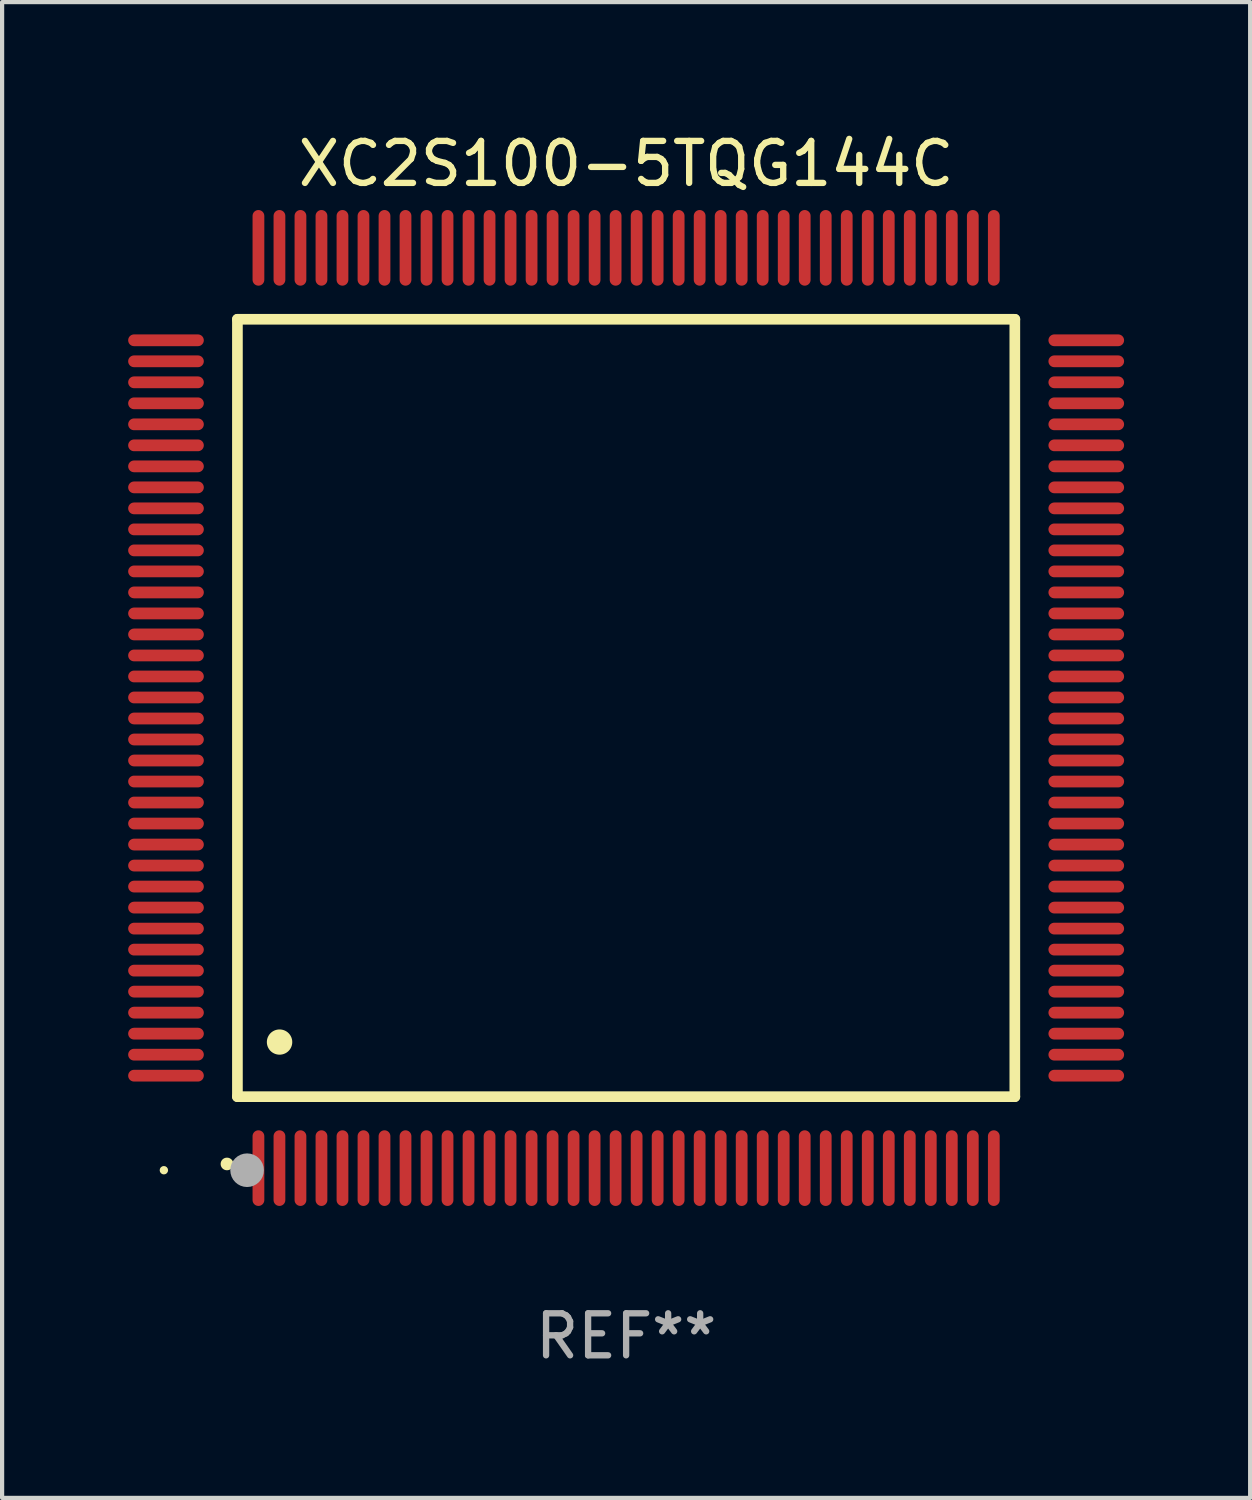
<source format=kicad_pcb>
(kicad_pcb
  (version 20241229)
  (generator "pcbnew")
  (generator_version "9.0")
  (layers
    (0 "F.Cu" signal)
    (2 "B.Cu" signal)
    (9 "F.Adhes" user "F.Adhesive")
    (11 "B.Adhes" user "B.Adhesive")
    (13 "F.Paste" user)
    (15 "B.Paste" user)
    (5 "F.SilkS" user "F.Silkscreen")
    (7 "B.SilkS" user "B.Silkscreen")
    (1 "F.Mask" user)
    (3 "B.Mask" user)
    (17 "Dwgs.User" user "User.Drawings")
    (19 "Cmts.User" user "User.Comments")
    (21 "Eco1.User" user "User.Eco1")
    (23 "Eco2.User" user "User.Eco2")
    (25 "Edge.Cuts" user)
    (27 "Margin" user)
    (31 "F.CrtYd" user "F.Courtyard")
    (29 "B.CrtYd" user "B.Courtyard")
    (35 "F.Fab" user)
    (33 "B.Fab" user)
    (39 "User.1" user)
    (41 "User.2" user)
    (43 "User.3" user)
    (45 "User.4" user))
  (footprint "XC2S100-5TQG144C"
    (layer "F.Cu")
    (at 11.85 13.798)
    (property "Reference" "XC2S100-5TQG144C" (at 0 -12.95 0) (layer "F.SilkS") (effects (font (size 1 1) (thickness 0.15))))
    (attr through_hole)
    (fp_line (start -9.25 -9.25) (end -9.25 9.25) (stroke (width 0.254) (type solid)) (layer "F.SilkS"))
    (fp_line (start -9.25 9.25) (end 9.25 9.25) (stroke (width 0.254) (type solid)) (layer "F.SilkS"))
    (fp_line (start 9.25 -9.25) (end -9.25 -9.25) (stroke (width 0.254) (type solid)) (layer "F.SilkS"))
    (fp_line (start 9.25 9.25) (end 9.25 -9.25) (stroke (width 0.254) (type solid)) (layer "F.SilkS"))
    (fp_arc (start -9.499619 10.850902) (mid -9.498349 10.850897) (end -9.497079 10.850902) (stroke (width 0.3) (type solid)) (layer "F.SilkS"))
    (fp_arc (start -8.249936 7.950216) (mid -8.247396 7.950205) (end -8.244856 7.950216) (stroke (width 0.6) (type solid)) (layer "F.SilkS"))
    (fp_circle (center -11 11) (end -10.95 11) (stroke (width 0.1) (type solid)) (fill no) (layer "F.SilkS"))
    (fp_circle (center -9.02 11) (end -8.82 11) (stroke (width 0.4) (type solid)) (fill no) (layer "F.Fab"))
    (fp_text user "REF**" (at 0 14.95 0) (layer "F.Fab") (effects (font (size 1 1) (thickness 0.15))))
    (pad "1" smd oval (at -8.75 10.95) (size 0.28 1.8) (layers "F.Cu" "F.Mask" "F.Paste"))
    (pad "2" smd oval (at -8.25 10.95) (size 0.28 1.8) (layers "F.Cu" "F.Mask" "F.Paste"))
    (pad "3" smd oval (at -7.75 10.95) (size 0.28 1.8) (layers "F.Cu" "F.Mask" "F.Paste"))
    (pad "4" smd oval (at -7.25 10.95) (size 0.28 1.8) (layers "F.Cu" "F.Mask" "F.Paste"))
    (pad "5" smd oval (at -6.75 10.95) (size 0.28 1.8) (layers "F.Cu" "F.Mask" "F.Paste"))
    (pad "6" smd oval (at -6.25 10.95) (size 0.28 1.8) (layers "F.Cu" "F.Mask" "F.Paste"))
    (pad "7" smd oval (at -5.75 10.95) (size 0.28 1.8) (layers "F.Cu" "F.Mask" "F.Paste"))
    (pad "8" smd oval (at -5.25 10.95) (size 0.28 1.8) (layers "F.Cu" "F.Mask" "F.Paste"))
    (pad "9" smd oval (at -4.75 10.95) (size 0.28 1.8) (layers "F.Cu" "F.Mask" "F.Paste"))
    (pad "10" smd oval (at -4.25 10.95) (size 0.28 1.8) (layers "F.Cu" "F.Mask" "F.Paste"))
    (pad "11" smd oval (at -3.75 10.95) (size 0.28 1.8) (layers "F.Cu" "F.Mask" "F.Paste"))
    (pad "12" smd oval (at -3.25 10.95) (size 0.28 1.8) (layers "F.Cu" "F.Mask" "F.Paste"))
    (pad "13" smd oval (at -2.75 10.95) (size 0.28 1.8) (layers "F.Cu" "F.Mask" "F.Paste"))
    (pad "14" smd oval (at -2.25 10.95) (size 0.28 1.8) (layers "F.Cu" "F.Mask" "F.Paste"))
    (pad "15" smd oval (at -1.75 10.95) (size 0.28 1.8) (layers "F.Cu" "F.Mask" "F.Paste"))
    (pad "16" smd oval (at -1.25 10.95) (size 0.28 1.8) (layers "F.Cu" "F.Mask" "F.Paste"))
    (pad "17" smd oval (at -0.75 10.95) (size 0.28 1.8) (layers "F.Cu" "F.Mask" "F.Paste"))
    (pad "18" smd oval (at -0.25 10.95) (size 0.28 1.8) (layers "F.Cu" "F.Mask" "F.Paste"))
    (pad "19" smd oval (at 0.25 10.95) (size 0.28 1.8) (layers "F.Cu" "F.Mask" "F.Paste"))
    (pad "20" smd oval (at 0.75 10.95) (size 0.28 1.8) (layers "F.Cu" "F.Mask" "F.Paste"))
    (pad "21" smd oval (at 1.25 10.95) (size 0.28 1.8) (layers "F.Cu" "F.Mask" "F.Paste"))
    (pad "22" smd oval (at 1.75 10.95) (size 0.28 1.8) (layers "F.Cu" "F.Mask" "F.Paste"))
    (pad "23" smd oval (at 2.25 10.95) (size 0.28 1.8) (layers "F.Cu" "F.Mask" "F.Paste"))
    (pad "24" smd oval (at 2.75 10.95) (size 0.28 1.8) (layers "F.Cu" "F.Mask" "F.Paste"))
    (pad "25" smd oval (at 3.25 10.95) (size 0.28 1.8) (layers "F.Cu" "F.Mask" "F.Paste"))
    (pad "26" smd oval (at 3.75 10.95) (size 0.28 1.8) (layers "F.Cu" "F.Mask" "F.Paste"))
    (pad "27" smd oval (at 4.25 10.95) (size 0.28 1.8) (layers "F.Cu" "F.Mask" "F.Paste"))
    (pad "28" smd oval (at 4.75 10.95) (size 0.28 1.8) (layers "F.Cu" "F.Mask" "F.Paste"))
    (pad "29" smd oval (at 5.25 10.95) (size 0.28 1.8) (layers "F.Cu" "F.Mask" "F.Paste"))
    (pad "30" smd oval (at 5.75 10.95) (size 0.28 1.8) (layers "F.Cu" "F.Mask" "F.Paste"))
    (pad "31" smd oval (at 6.25 10.95) (size 0.28 1.8) (layers "F.Cu" "F.Mask" "F.Paste"))
    (pad "32" smd oval (at 6.75 10.95) (size 0.28 1.8) (layers "F.Cu" "F.Mask" "F.Paste"))
    (pad "33" smd oval (at 7.25 10.95) (size 0.28 1.8) (layers "F.Cu" "F.Mask" "F.Paste"))
    (pad "34" smd oval (at 7.75 10.95) (size 0.28 1.8) (layers "F.Cu" "F.Mask" "F.Paste"))
    (pad "35" smd oval (at 8.25 10.95) (size 0.28 1.8) (layers "F.Cu" "F.Mask" "F.Paste"))
    (pad "36" smd oval (at 8.75 10.95) (size 0.28 1.8) (layers "F.Cu" "F.Mask" "F.Paste"))
    (pad "37" smd oval (at 10.95 8.75) (size 1.8 0.28) (layers "F.Cu" "F.Mask" "F.Paste"))
    (pad "38" smd oval (at 10.95 8.25) (size 1.8 0.28) (layers "F.Cu" "F.Mask" "F.Paste"))
    (pad "39" smd oval (at 10.95 7.75) (size 1.8 0.28) (layers "F.Cu" "F.Mask" "F.Paste"))
    (pad "40" smd oval (at 10.95 7.25) (size 1.8 0.28) (layers "F.Cu" "F.Mask" "F.Paste"))
    (pad "41" smd oval (at 10.95 6.75) (size 1.8 0.28) (layers "F.Cu" "F.Mask" "F.Paste"))
    (pad "42" smd oval (at 10.95 6.25) (size 1.8 0.28) (layers "F.Cu" "F.Mask" "F.Paste"))
    (pad "43" smd oval (at 10.95 5.75) (size 1.8 0.28) (layers "F.Cu" "F.Mask" "F.Paste"))
    (pad "44" smd oval (at 10.95 5.25) (size 1.8 0.28) (layers "F.Cu" "F.Mask" "F.Paste"))
    (pad "45" smd oval (at 10.95 4.75) (size 1.8 0.28) (layers "F.Cu" "F.Mask" "F.Paste"))
    (pad "46" smd oval (at 10.95 4.25) (size 1.8 0.28) (layers "F.Cu" "F.Mask" "F.Paste"))
    (pad "47" smd oval (at 10.95 3.75) (size 1.8 0.28) (layers "F.Cu" "F.Mask" "F.Paste"))
    (pad "48" smd oval (at 10.95 3.25) (size 1.8 0.28) (layers "F.Cu" "F.Mask" "F.Paste"))
    (pad "49" smd oval (at 10.95 2.75) (size 1.8 0.28) (layers "F.Cu" "F.Mask" "F.Paste"))
    (pad "50" smd oval (at 10.95 2.25) (size 1.8 0.28) (layers "F.Cu" "F.Mask" "F.Paste"))
    (pad "51" smd oval (at 10.95 1.75) (size 1.8 0.28) (layers "F.Cu" "F.Mask" "F.Paste"))
    (pad "52" smd oval (at 10.95 1.25) (size 1.8 0.28) (layers "F.Cu" "F.Mask" "F.Paste"))
    (pad "53" smd oval (at 10.95 0.75) (size 1.8 0.28) (layers "F.Cu" "F.Mask" "F.Paste"))
    (pad "54" smd oval (at 10.95 0.25) (size 1.8 0.28) (layers "F.Cu" "F.Mask" "F.Paste"))
    (pad "55" smd oval (at 10.95 -0.25) (size 1.8 0.28) (layers "F.Cu" "F.Mask" "F.Paste"))
    (pad "56" smd oval (at 10.95 -0.75) (size 1.8 0.28) (layers "F.Cu" "F.Mask" "F.Paste"))
    (pad "57" smd oval (at 10.95 -1.25) (size 1.8 0.28) (layers "F.Cu" "F.Mask" "F.Paste"))
    (pad "58" smd oval (at 10.95 -1.75) (size 1.8 0.28) (layers "F.Cu" "F.Mask" "F.Paste"))
    (pad "59" smd oval (at 10.95 -2.25) (size 1.8 0.28) (layers "F.Cu" "F.Mask" "F.Paste"))
    (pad "60" smd oval (at 10.95 -2.75) (size 1.8 0.28) (layers "F.Cu" "F.Mask" "F.Paste"))
    (pad "61" smd oval (at 10.95 -3.25) (size 1.8 0.28) (layers "F.Cu" "F.Mask" "F.Paste"))
    (pad "62" smd oval (at 10.95 -3.75) (size 1.8 0.28) (layers "F.Cu" "F.Mask" "F.Paste"))
    (pad "63" smd oval (at 10.95 -4.25) (size 1.8 0.28) (layers "F.Cu" "F.Mask" "F.Paste"))
    (pad "64" smd oval (at 10.95 -4.75) (size 1.8 0.28) (layers "F.Cu" "F.Mask" "F.Paste"))
    (pad "65" smd oval (at 10.95 -5.25) (size 1.8 0.28) (layers "F.Cu" "F.Mask" "F.Paste"))
    (pad "66" smd oval (at 10.95 -5.75) (size 1.8 0.28) (layers "F.Cu" "F.Mask" "F.Paste"))
    (pad "67" smd oval (at 10.95 -6.25) (size 1.8 0.28) (layers "F.Cu" "F.Mask" "F.Paste"))
    (pad "68" smd oval (at 10.95 -6.75) (size 1.8 0.28) (layers "F.Cu" "F.Mask" "F.Paste"))
    (pad "69" smd oval (at 10.95 -7.25) (size 1.8 0.28) (layers "F.Cu" "F.Mask" "F.Paste"))
    (pad "70" smd oval (at 10.95 -7.75) (size 1.8 0.28) (layers "F.Cu" "F.Mask" "F.Paste"))
    (pad "71" smd oval (at 10.95 -8.25) (size 1.8 0.28) (layers "F.Cu" "F.Mask" "F.Paste"))
    (pad "72" smd oval (at 10.95 -8.75) (size 1.8 0.28) (layers "F.Cu" "F.Mask" "F.Paste"))
    (pad "73" smd oval (at 8.75 -10.95) (size 0.28 1.8) (layers "F.Cu" "F.Mask" "F.Paste"))
    (pad "74" smd oval (at 8.25 -10.95) (size 0.28 1.8) (layers "F.Cu" "F.Mask" "F.Paste"))
    (pad "75" smd oval (at 7.75 -10.95) (size 0.28 1.8) (layers "F.Cu" "F.Mask" "F.Paste"))
    (pad "76" smd oval (at 7.25 -10.95) (size 0.28 1.8) (layers "F.Cu" "F.Mask" "F.Paste"))
    (pad "77" smd oval (at 6.75 -10.95) (size 0.28 1.8) (layers "F.Cu" "F.Mask" "F.Paste"))
    (pad "78" smd oval (at 6.25 -10.95) (size 0.28 1.8) (layers "F.Cu" "F.Mask" "F.Paste"))
    (pad "79" smd oval (at 5.75 -10.95) (size 0.28 1.8) (layers "F.Cu" "F.Mask" "F.Paste"))
    (pad "80" smd oval (at 5.25 -10.95) (size 0.28 1.8) (layers "F.Cu" "F.Mask" "F.Paste"))
    (pad "81" smd oval (at 4.75 -10.95) (size 0.28 1.8) (layers "F.Cu" "F.Mask" "F.Paste"))
    (pad "82" smd oval (at 4.25 -10.95) (size 0.28 1.8) (layers "F.Cu" "F.Mask" "F.Paste"))
    (pad "83" smd oval (at 3.75 -10.95) (size 0.28 1.8) (layers "F.Cu" "F.Mask" "F.Paste"))
    (pad "84" smd oval (at 3.25 -10.95) (size 0.28 1.8) (layers "F.Cu" "F.Mask" "F.Paste"))
    (pad "85" smd oval (at 2.75 -10.95) (size 0.28 1.8) (layers "F.Cu" "F.Mask" "F.Paste"))
    (pad "86" smd oval (at 2.25 -10.95) (size 0.28 1.8) (layers "F.Cu" "F.Mask" "F.Paste"))
    (pad "87" smd oval (at 1.75 -10.95) (size 0.28 1.8) (layers "F.Cu" "F.Mask" "F.Paste"))
    (pad "88" smd oval (at 1.25 -10.95) (size 0.28 1.8) (layers "F.Cu" "F.Mask" "F.Paste"))
    (pad "89" smd oval (at 0.75 -10.95) (size 0.28 1.8) (layers "F.Cu" "F.Mask" "F.Paste"))
    (pad "90" smd oval (at 0.25 -10.95) (size 0.28 1.8) (layers "F.Cu" "F.Mask" "F.Paste"))
    (pad "91" smd oval (at -0.25 -10.95) (size 0.28 1.8) (layers "F.Cu" "F.Mask" "F.Paste"))
    (pad "92" smd oval (at -0.75 -10.95) (size 0.28 1.8) (layers "F.Cu" "F.Mask" "F.Paste"))
    (pad "93" smd oval (at -1.25 -10.95) (size 0.28 1.8) (layers "F.Cu" "F.Mask" "F.Paste"))
    (pad "94" smd oval (at -1.75 -10.95) (size 0.28 1.8) (layers "F.Cu" "F.Mask" "F.Paste"))
    (pad "95" smd oval (at -2.25 -10.95) (size 0.28 1.8) (layers "F.Cu" "F.Mask" "F.Paste"))
    (pad "96" smd oval (at -2.75 -10.95) (size 0.28 1.8) (layers "F.Cu" "F.Mask" "F.Paste"))
    (pad "97" smd oval (at -3.25 -10.95) (size 0.28 1.8) (layers "F.Cu" "F.Mask" "F.Paste"))
    (pad "98" smd oval (at -3.75 -10.95) (size 0.28 1.8) (layers "F.Cu" "F.Mask" "F.Paste"))
    (pad "99" smd oval (at -4.25 -10.95) (size 0.28 1.8) (layers "F.Cu" "F.Mask" "F.Paste"))
    (pad "100" smd oval (at -4.75 -10.95) (size 0.28 1.8) (layers "F.Cu" "F.Mask" "F.Paste"))
    (pad "101" smd oval (at -5.25 -10.95) (size 0.28 1.8) (layers "F.Cu" "F.Mask" "F.Paste"))
    (pad "102" smd oval (at -5.75 -10.95) (size 0.28 1.8) (layers "F.Cu" "F.Mask" "F.Paste"))
    (pad "103" smd oval (at -6.25 -10.95) (size 0.28 1.8) (layers "F.Cu" "F.Mask" "F.Paste"))
    (pad "104" smd oval (at -6.75 -10.95) (size 0.28 1.8) (layers "F.Cu" "F.Mask" "F.Paste"))
    (pad "105" smd oval (at -7.25 -10.95) (size 0.28 1.8) (layers "F.Cu" "F.Mask" "F.Paste"))
    (pad "106" smd oval (at -7.75 -10.95) (size 0.28 1.8) (layers "F.Cu" "F.Mask" "F.Paste"))
    (pad "107" smd oval (at -8.25 -10.95) (size 0.28 1.8) (layers "F.Cu" "F.Mask" "F.Paste"))
    (pad "108" smd oval (at -8.75 -10.95) (size 0.28 1.8) (layers "F.Cu" "F.Mask" "F.Paste"))
    (pad "109" smd oval (at -10.95 -8.75) (size 1.8 0.28) (layers "F.Cu" "F.Mask" "F.Paste"))
    (pad "110" smd oval (at -10.95 -8.25) (size 1.8 0.28) (layers "F.Cu" "F.Mask" "F.Paste"))
    (pad "111" smd oval (at -10.95 -7.75) (size 1.8 0.28) (layers "F.Cu" "F.Mask" "F.Paste"))
    (pad "112" smd oval (at -10.95 -7.25) (size 1.8 0.28) (layers "F.Cu" "F.Mask" "F.Paste"))
    (pad "113" smd oval (at -10.95 -6.75) (size 1.8 0.28) (layers "F.Cu" "F.Mask" "F.Paste"))
    (pad "114" smd oval (at -10.95 -6.25) (size 1.8 0.28) (layers "F.Cu" "F.Mask" "F.Paste"))
    (pad "115" smd oval (at -10.95 -5.75) (size 1.8 0.28) (layers "F.Cu" "F.Mask" "F.Paste"))
    (pad "116" smd oval (at -10.95 -5.25) (size 1.8 0.28) (layers "F.Cu" "F.Mask" "F.Paste"))
    (pad "117" smd oval (at -10.95 -4.75) (size 1.8 0.28) (layers "F.Cu" "F.Mask" "F.Paste"))
    (pad "118" smd oval (at -10.95 -4.25) (size 1.8 0.28) (layers "F.Cu" "F.Mask" "F.Paste"))
    (pad "119" smd oval (at -10.95 -3.75) (size 1.8 0.28) (layers "F.Cu" "F.Mask" "F.Paste"))
    (pad "120" smd oval (at -10.95 -3.25) (size 1.8 0.28) (layers "F.Cu" "F.Mask" "F.Paste"))
    (pad "121" smd oval (at -10.95 -2.75) (size 1.8 0.28) (layers "F.Cu" "F.Mask" "F.Paste"))
    (pad "122" smd oval (at -10.95 -2.25) (size 1.8 0.28) (layers "F.Cu" "F.Mask" "F.Paste"))
    (pad "123" smd oval (at -10.95 -1.75) (size 1.8 0.28) (layers "F.Cu" "F.Mask" "F.Paste"))
    (pad "124" smd oval (at -10.95 -1.25) (size 1.8 0.28) (layers "F.Cu" "F.Mask" "F.Paste"))
    (pad "125" smd oval (at -10.95 -0.75) (size 1.8 0.28) (layers "F.Cu" "F.Mask" "F.Paste"))
    (pad "126" smd oval (at -10.95 -0.25) (size 1.8 0.28) (layers "F.Cu" "F.Mask" "F.Paste"))
    (pad "127" smd oval (at -10.95 0.25) (size 1.8 0.28) (layers "F.Cu" "F.Mask" "F.Paste"))
    (pad "128" smd oval (at -10.95 0.75) (size 1.8 0.28) (layers "F.Cu" "F.Mask" "F.Paste"))
    (pad "129" smd oval (at -10.95 1.25) (size 1.8 0.28) (layers "F.Cu" "F.Mask" "F.Paste"))
    (pad "130" smd oval (at -10.95 1.75) (size 1.8 0.28) (layers "F.Cu" "F.Mask" "F.Paste"))
    (pad "131" smd oval (at -10.95 2.25) (size 1.8 0.28) (layers "F.Cu" "F.Mask" "F.Paste"))
    (pad "132" smd oval (at -10.95 2.75) (size 1.8 0.28) (layers "F.Cu" "F.Mask" "F.Paste"))
    (pad "133" smd oval (at -10.95 3.25) (size 1.8 0.28) (layers "F.Cu" "F.Mask" "F.Paste"))
    (pad "134" smd oval (at -10.95 3.75) (size 1.8 0.28) (layers "F.Cu" "F.Mask" "F.Paste"))
    (pad "135" smd oval (at -10.95 4.25) (size 1.8 0.28) (layers "F.Cu" "F.Mask" "F.Paste"))
    (pad "136" smd oval (at -10.95 4.75) (size 1.8 0.28) (layers "F.Cu" "F.Mask" "F.Paste"))
    (pad "137" smd oval (at -10.95 5.25) (size 1.8 0.28) (layers "F.Cu" "F.Mask" "F.Paste"))
    (pad "138" smd oval (at -10.95 5.75) (size 1.8 0.28) (layers "F.Cu" "F.Mask" "F.Paste"))
    (pad "139" smd oval (at -10.95 6.25) (size 1.8 0.28) (layers "F.Cu" "F.Mask" "F.Paste"))
    (pad "140" smd oval (at -10.95 6.75) (size 1.8 0.28) (layers "F.Cu" "F.Mask" "F.Paste"))
    (pad "141" smd oval (at -10.95 7.25) (size 1.8 0.28) (layers "F.Cu" "F.Mask" "F.Paste"))
    (pad "142" smd oval (at -10.95 7.75) (size 1.8 0.28) (layers "F.Cu" "F.Mask" "F.Paste"))
    (pad "143" smd oval (at -10.95 8.25) (size 1.8 0.28) (layers "F.Cu" "F.Mask" "F.Paste"))
    (pad "144" smd oval (at -10.95 8.75) (size 1.8 0.28) (layers "F.Cu" "F.Mask" "F.Paste")))
  (gr_rect
    (start -3 -3)
    (end 26.7 32.596)
    (stroke (width 0.1) (type default))
    (fill no)
    (layer "Edge.Cuts")))
</source>
